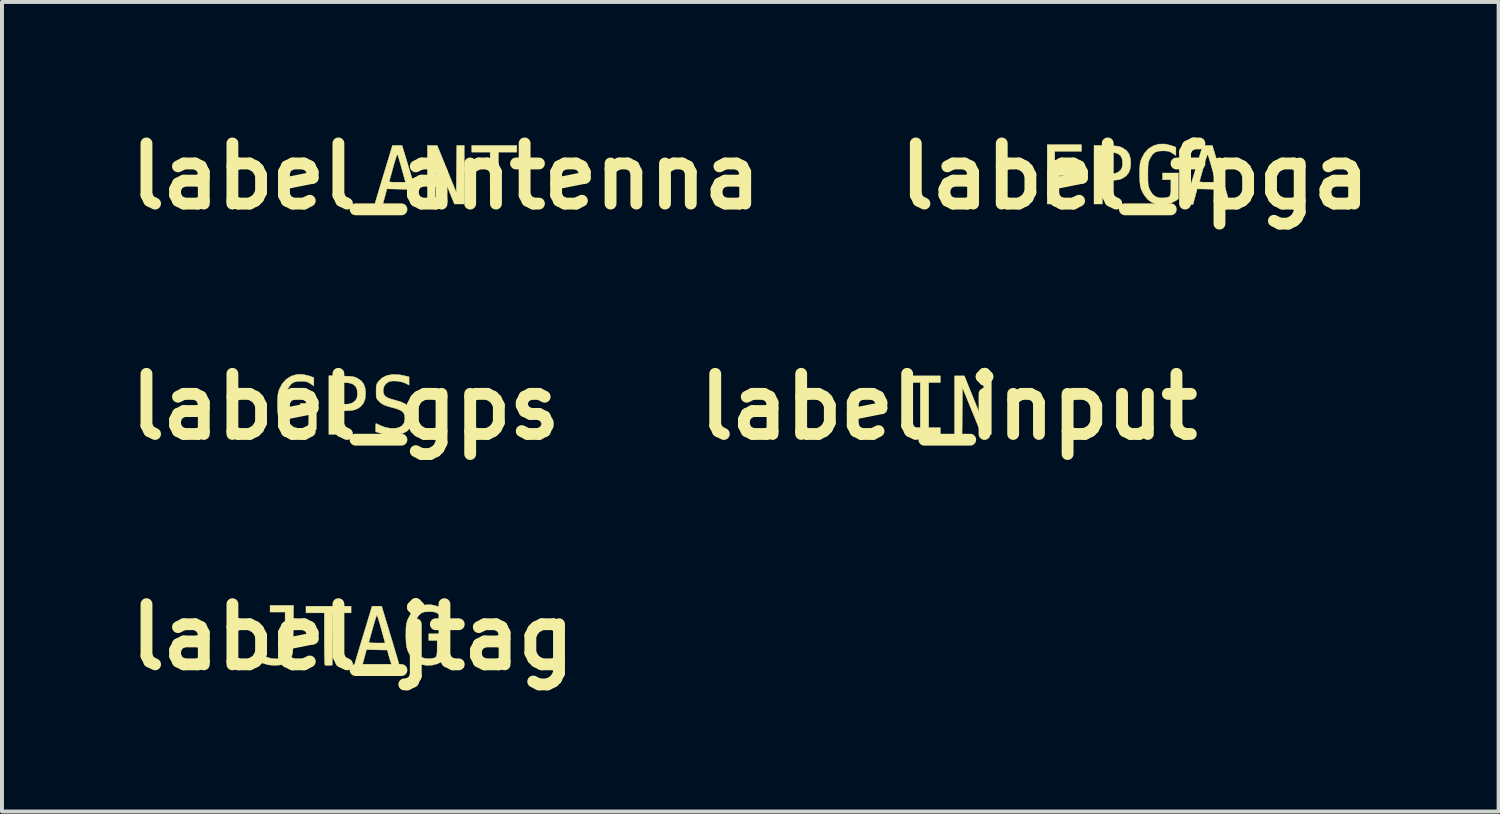
<source format=kicad_pcb>
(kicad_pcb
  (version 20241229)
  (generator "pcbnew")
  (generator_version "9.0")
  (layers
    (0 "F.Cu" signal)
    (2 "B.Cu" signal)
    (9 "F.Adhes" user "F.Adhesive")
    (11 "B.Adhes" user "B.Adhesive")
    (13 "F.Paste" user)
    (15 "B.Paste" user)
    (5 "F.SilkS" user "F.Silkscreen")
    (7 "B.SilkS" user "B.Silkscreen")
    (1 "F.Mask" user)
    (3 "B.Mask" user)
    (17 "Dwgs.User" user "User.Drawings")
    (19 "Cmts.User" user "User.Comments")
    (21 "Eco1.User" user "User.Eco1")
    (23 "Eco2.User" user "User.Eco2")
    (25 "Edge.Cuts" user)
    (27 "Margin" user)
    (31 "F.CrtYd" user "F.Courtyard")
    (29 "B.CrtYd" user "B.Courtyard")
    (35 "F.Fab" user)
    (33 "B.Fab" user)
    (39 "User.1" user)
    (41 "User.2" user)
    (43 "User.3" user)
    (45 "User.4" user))
  (footprint "label_fpga"
    (layer "F.Cu")
    (at 25.701 1.418)
    (property "Reference" "label_fpga" (at 0 0 0) (layer "F.SilkS") (effects (font (size 1.524 1.524) (thickness 0.3))))
    (attr through_hole)
    (fp_poly (pts (xy -1.355 -0.635) (xy -2.032 -0.635) (xy -2.032 -0.191) (xy -1.418 -0.191) (xy -1.418 -0.021) (xy -2.032 -0.021) (xy -2.032 0.699) (xy -2.223 0.699) (xy -2.223 -0.804) (xy -1.355 -0.804) (xy -1.355 -0.635)) (stroke (width 0.01) (type solid)) (fill yes) (layer "F.SilkS"))
    (fp_poly (pts (xy -0.724 -0.78) (xy -0.6 -0.776) (xy -0.509 -0.772) (xy -0.443 -0.765) (xy -0.392 -0.754) (xy -0.349 -0.739) (xy -0.308 -0.719) (xy -0.213 -0.653) (xy -0.15 -0.567) (xy -0.115 -0.455) (xy -0.106 -0.333) (xy -0.118 -0.198) (xy -0.158 -0.092) (xy -0.229 -0.008) (xy -0.294 0.037) (xy -0.344 0.063) (xy -0.396 0.081) (xy -0.461 0.092) (xy -0.552 0.099) (xy -0.606 0.102) (xy -0.826 0.111) (xy -0.826 0.699) (xy -1.037 0.699) (xy -1.037 -0.064) (xy -0.826 -0.064) (xy -0.661 -0.064) (xy -0.562 -0.067) (xy -0.492 -0.078) (xy -0.438 -0.1) (xy -0.43 -0.105) (xy -0.363 -0.159) (xy -0.326 -0.228) (xy -0.313 -0.322) (xy -0.313 -0.339) (xy -0.325 -0.444) (xy -0.364 -0.522) (xy -0.432 -0.575) (xy -0.532 -0.605) (xy -0.661 -0.614) (xy -0.826 -0.614) (xy -0.826 -0.064) (xy -1.037 -0.064) (xy -1.037 -0.787) (xy -0.724 -0.78)) (stroke (width 0.01) (type solid)) (fill yes) (layer "F.SilkS"))
    (fp_poly (pts (xy 0.913 -0.784) (xy 0.92 -0.782) (xy 1.037 -0.738) (xy 1.037 -0.529) (xy 0.949 -0.587) (xy 0.894 -0.619) (xy 0.842 -0.637) (xy 0.775 -0.644) (xy 0.707 -0.646) (xy 0.596 -0.639) (xy 0.514 -0.613) (xy 0.451 -0.563) (xy 0.396 -0.481) (xy 0.381 -0.453) (xy 0.36 -0.409) (xy 0.345 -0.367) (xy 0.336 -0.318) (xy 0.331 -0.254) (xy 0.329 -0.164) (xy 0.328 -0.054) (xy 0.329 0.067) (xy 0.331 0.154) (xy 0.337 0.217) (xy 0.347 0.266) (xy 0.362 0.309) (xy 0.381 0.349) (xy 0.446 0.451) (xy 0.523 0.514) (xy 0.618 0.544) (xy 0.712 0.546) (xy 0.796 0.538) (xy 0.852 0.523) (xy 0.886 0.492) (xy 0.903 0.438) (xy 0.91 0.354) (xy 0.91 0.283) (xy 0.91 0.085) (xy 0.699 0.085) (xy 0.699 -0.085) (xy 1.101 -0.085) (xy 1.101 0.569) (xy 1.036 0.615) (xy 0.918 0.676) (xy 0.78 0.71) (xy 0.638 0.716) (xy 0.506 0.69) (xy 0.499 0.688) (xy 0.399 0.642) (xy 0.319 0.579) (xy 0.244 0.486) (xy 0.238 0.478) (xy 0.19 0.399) (xy 0.156 0.321) (xy 0.134 0.235) (xy 0.122 0.13) (xy 0.118 -0.003) (xy 0.117 -0.064) (xy 0.119 -0.183) (xy 0.124 -0.271) (xy 0.133 -0.339) (xy 0.148 -0.398) (xy 0.168 -0.453) (xy 0.244 -0.593) (xy 0.345 -0.702) (xy 0.468 -0.777) (xy 0.607 -0.818) (xy 0.757 -0.821) (xy 0.913 -0.784)) (stroke (width 0.01) (type solid)) (fill yes) (layer "F.SilkS"))
    (fp_poly (pts (xy 2.18 -0.058) (xy 2.23 0.11) (xy 2.277 0.265) (xy 2.318 0.403) (xy 2.352 0.519) (xy 2.378 0.609) (xy 2.395 0.666) (xy 2.401 0.688) (xy 2.384 0.703) (xy 2.341 0.713) (xy 2.288 0.717) (xy 2.241 0.713) (xy 2.218 0.703) (xy 2.204 0.674) (xy 2.183 0.616) (xy 2.159 0.538) (xy 2.15 0.506) (xy 2.102 0.328) (xy 1.839 0.322) (xy 1.577 0.316) (xy 1.524 0.513) (xy 1.471 0.709) (xy 1.371 0.716) (xy 1.312 0.716) (xy 1.276 0.71) (xy 1.27 0.705) (xy 1.276 0.681) (xy 1.293 0.622) (xy 1.319 0.533) (xy 1.353 0.419) (xy 1.393 0.285) (xy 1.438 0.137) (xy 1.443 0.12) (xy 1.636 0.12) (xy 1.64 0.134) (xy 1.668 0.142) (xy 1.725 0.147) (xy 1.818 0.148) (xy 1.836 0.148) (xy 2.047 0.148) (xy 1.953 -0.196) (xy 1.92 -0.311) (xy 1.891 -0.411) (xy 1.867 -0.49) (xy 1.85 -0.541) (xy 1.843 -0.556) (xy 1.833 -0.542) (xy 1.814 -0.494) (xy 1.789 -0.417) (xy 1.76 -0.319) (xy 1.737 -0.24) (xy 1.706 -0.126) (xy 1.678 -0.025) (xy 1.656 0.055) (xy 1.641 0.106) (xy 1.636 0.12) (xy 1.443 0.12) (xy 1.451 0.095) (xy 1.499 -0.064) (xy 1.546 -0.217) (xy 1.588 -0.358) (xy 1.625 -0.479) (xy 1.654 -0.574) (xy 1.672 -0.636) (xy 1.674 -0.64) (xy 1.716 -0.783) (xy 1.961 -0.783) (xy 2.18 -0.058)) (stroke (width 0.01) (type solid)) (fill yes) (layer "F.SilkS")))
  (footprint "label_input"
    (layer "F.Cu")
    (at 20.983 7.254)
    (property "Reference" "label_input" (at 0 0 0) (layer "F.SilkS") (effects (font (size 1.524 1.524) (thickness 0.3))))
    (attr through_hole)
    (fp_poly (pts (xy -0.212 -0.614) (xy -0.508 -0.614) (xy -0.508 0.529) (xy -0.212 0.529) (xy -0.212 0.699) (xy -1.037 0.699) (xy -1.037 0.529) (xy -0.72 0.529) (xy -0.72 -0.614) (xy -1.037 -0.614) (xy -1.037 -0.783) (xy -0.212 -0.783) (xy -0.212 -0.614)) (stroke (width 0.01) (type solid)) (fill yes) (layer "F.SilkS"))
    (fp_poly (pts (xy 0.637 -0.189) (xy 0.878 0.405) (xy 0.89 -0.783) (xy 1.079 -0.783) (xy 1.079 0.699) (xy 0.831 0.699) (xy 0.59 0.108) (xy 0.349 -0.483) (xy 0.344 0.108) (xy 0.338 0.699) (xy 0.148 0.699) (xy 0.148 -0.783) (xy 0.396 -0.783) (xy 0.637 -0.189)) (stroke (width 0.01) (type solid)) (fill yes) (layer "F.SilkS")))
  (footprint "label_antenna"
    (layer "F.Cu")
    (at 8.244 1.418)
    (property "Reference" "label_antenna" (at 0 0 0) (layer "F.SilkS") (effects (font (size 1.524 1.524) (thickness 0.3))))
    (attr through_hole)
    (fp_poly (pts (xy 0.265 0.405) (xy 0.276 -0.783) (xy 0.466 -0.783) (xy 0.466 0.699) (xy 0.217 0.699) (xy -0.024 0.108) (xy -0.265 -0.483) (xy -0.276 0.699) (xy -0.466 0.699) (xy -0.466 -0.783) (xy -0.218 -0.783) (xy 0.265 0.405)) (stroke (width 0.01) (type solid)) (fill yes) (layer "F.SilkS"))
    (fp_poly (pts (xy 1.799 -0.614) (xy 1.334 -0.614) (xy 1.329 0.048) (xy 1.323 0.709) (xy 1.237 0.715) (xy 1.18 0.716) (xy 1.142 0.71) (xy 1.137 0.707) (xy 1.133 0.682) (xy 1.13 0.621) (xy 1.127 0.528) (xy 1.124 0.409) (xy 1.123 0.268) (xy 1.122 0.111) (xy 1.122 0.039) (xy 1.122 -0.614) (xy 0.656 -0.614) (xy 0.656 -0.783) (xy 1.799 -0.783) (xy 1.799 -0.614)) (stroke (width 0.01) (type solid)) (fill yes) (layer "F.SilkS"))
    (fp_poly (pts (xy -0.889 -0.058) (xy -0.839 0.11) (xy -0.792 0.265) (xy -0.751 0.403) (xy -0.717 0.519) (xy -0.691 0.609) (xy -0.674 0.666) (xy -0.669 0.688) (xy -0.686 0.703) (xy -0.728 0.713) (xy -0.781 0.717) (xy -0.828 0.713) (xy -0.851 0.703) (xy -0.865 0.674) (xy -0.886 0.616) (xy -0.91 0.538) (xy -0.919 0.506) (xy -0.967 0.328) (xy -1.23 0.322) (xy -1.492 0.316) (xy -1.545 0.513) (xy -1.598 0.709) (xy -1.699 0.716) (xy -1.757 0.716) (xy -1.793 0.71) (xy -1.799 0.705) (xy -1.793 0.681) (xy -1.776 0.622) (xy -1.75 0.533) (xy -1.716 0.419) (xy -1.676 0.285) (xy -1.631 0.137) (xy -1.626 0.12) (xy -1.433 0.12) (xy -1.429 0.134) (xy -1.401 0.142) (xy -1.344 0.147) (xy -1.251 0.148) (xy -1.233 0.148) (xy -1.022 0.148) (xy -1.117 -0.196) (xy -1.149 -0.311) (xy -1.178 -0.411) (xy -1.202 -0.49) (xy -1.219 -0.541) (xy -1.226 -0.556) (xy -1.236 -0.542) (xy -1.255 -0.494) (xy -1.28 -0.417) (xy -1.31 -0.319) (xy -1.332 -0.24) (xy -1.363 -0.126) (xy -1.391 -0.025) (xy -1.414 0.055) (xy -1.429 0.106) (xy -1.433 0.12) (xy -1.626 0.12) (xy -1.619 0.095) (xy -1.57 -0.064) (xy -1.524 -0.217) (xy -1.481 -0.358) (xy -1.444 -0.479) (xy -1.416 -0.574) (xy -1.397 -0.636) (xy -1.396 -0.64) (xy -1.353 -0.783) (xy -1.108 -0.783) (xy -0.889 -0.058)) (stroke (width 0.01) (type solid)) (fill yes) (layer "F.SilkS")))
  (footprint "label_jtag"
    (layer "F.Cu")
    (at 5.886 13.09)
    (property "Reference" "label_jtag" (at 0 0 0) (layer "F.SilkS") (effects (font (size 1.524 1.524) (thickness 0.3))))
    (attr through_hole)
    (fp_poly (pts (xy -0.042 -0.614) (xy -0.507 -0.614) (xy -0.513 0.048) (xy -0.519 0.709) (xy -0.604 0.715) (xy -0.662 0.716) (xy -0.7 0.71) (xy -0.705 0.707) (xy -0.708 0.682) (xy -0.712 0.621) (xy -0.715 0.528) (xy -0.717 0.409) (xy -0.719 0.268) (xy -0.72 0.111) (xy -0.72 0.039) (xy -0.72 -0.614) (xy -1.185 -0.614) (xy -1.185 -0.783) (xy -0.042 -0.783) (xy -0.042 -0.614)) (stroke (width 0.01) (type solid)) (fill yes) (layer "F.SilkS"))
    (fp_poly (pts (xy -1.507 -0.196) (xy -1.509 -0.019) (xy -1.511 0.12) (xy -1.513 0.228) (xy -1.517 0.31) (xy -1.522 0.371) (xy -1.528 0.416) (xy -1.537 0.452) (xy -1.549 0.482) (xy -1.564 0.513) (xy -1.566 0.518) (xy -1.619 0.602) (xy -1.683 0.659) (xy -1.768 0.693) (xy -1.881 0.71) (xy -1.924 0.712) (xy -2.014 0.712) (xy -2.098 0.707) (xy -2.157 0.697) (xy -2.159 0.697) (xy -2.248 0.67) (xy -2.304 0.648) (xy -2.334 0.622) (xy -2.347 0.585) (xy -2.349 0.531) (xy -2.349 0.517) (xy -2.349 0.404) (xy -2.242 0.471) (xy -2.156 0.516) (xy -2.07 0.539) (xy -2.001 0.546) (xy -1.923 0.549) (xy -1.861 0.544) (xy -1.812 0.527) (xy -1.776 0.494) (xy -1.75 0.44) (xy -1.732 0.362) (xy -1.722 0.256) (xy -1.716 0.117) (xy -1.715 -0.058) (xy -1.714 -0.137) (xy -1.714 -0.635) (xy -2.095 -0.635) (xy -2.095 -0.804) (xy -1.5 -0.804) (xy -1.507 -0.196)) (stroke (width 0.01) (type solid)) (fill yes) (layer "F.SilkS"))
    (fp_poly (pts (xy 0.952 -0.058) (xy 1.003 0.11) (xy 1.049 0.265) (xy 1.09 0.403) (xy 1.125 0.519) (xy 1.151 0.609) (xy 1.167 0.666) (xy 1.173 0.688) (xy 1.156 0.703) (xy 1.113 0.713) (xy 1.06 0.717) (xy 1.013 0.713) (xy 0.991 0.703) (xy 0.976 0.674) (xy 0.956 0.616) (xy 0.932 0.538) (xy 0.923 0.506) (xy 0.874 0.328) (xy 0.612 0.322) (xy 0.349 0.316) (xy 0.296 0.513) (xy 0.243 0.709) (xy 0.143 0.716) (xy 0.084 0.716) (xy 0.048 0.71) (xy 0.042 0.705) (xy 0.048 0.681) (xy 0.065 0.622) (xy 0.091 0.533) (xy 0.125 0.419) (xy 0.165 0.285) (xy 0.21 0.137) (xy 0.215 0.12) (xy 0.408 0.12) (xy 0.412 0.134) (xy 0.44 0.142) (xy 0.498 0.147) (xy 0.591 0.148) (xy 0.609 0.148) (xy 0.82 0.148) (xy 0.725 -0.196) (xy 0.693 -0.311) (xy 0.663 -0.411) (xy 0.639 -0.49) (xy 0.622 -0.541) (xy 0.615 -0.556) (xy 0.605 -0.542) (xy 0.586 -0.494) (xy 0.561 -0.417) (xy 0.532 -0.319) (xy 0.51 -0.24) (xy 0.478 -0.126) (xy 0.45 -0.025) (xy 0.428 0.055) (xy 0.413 0.106) (xy 0.408 0.12) (xy 0.215 0.12) (xy 0.223 0.095) (xy 0.271 -0.064) (xy 0.318 -0.217) (xy 0.361 -0.358) (xy 0.397 -0.479) (xy 0.426 -0.574) (xy 0.445 -0.636) (xy 0.446 -0.64) (xy 0.489 -0.783) (xy 0.733 -0.783) (xy 0.952 -0.058)) (stroke (width 0.01) (type solid)) (fill yes) (layer "F.SilkS"))
    (fp_poly (pts (xy 2.141 -0.784) (xy 2.148 -0.782) (xy 2.265 -0.738) (xy 2.265 -0.529) (xy 2.176 -0.587) (xy 2.122 -0.619) (xy 2.069 -0.637) (xy 2.003 -0.644) (xy 1.935 -0.646) (xy 1.823 -0.639) (xy 1.742 -0.613) (xy 1.679 -0.563) (xy 1.623 -0.481) (xy 1.609 -0.453) (xy 1.588 -0.409) (xy 1.573 -0.367) (xy 1.564 -0.318) (xy 1.558 -0.254) (xy 1.556 -0.164) (xy 1.556 -0.054) (xy 1.556 0.067) (xy 1.559 0.154) (xy 1.564 0.217) (xy 1.574 0.266) (xy 1.59 0.309) (xy 1.609 0.349) (xy 1.673 0.451) (xy 1.75 0.514) (xy 1.846 0.544) (xy 1.94 0.546) (xy 2.024 0.538) (xy 2.08 0.523) (xy 2.114 0.492) (xy 2.131 0.438) (xy 2.137 0.354) (xy 2.138 0.283) (xy 2.138 0.085) (xy 1.926 0.085) (xy 1.926 -0.085) (xy 2.328 -0.085) (xy 2.328 0.569) (xy 2.263 0.615) (xy 2.145 0.676) (xy 2.008 0.71) (xy 1.865 0.716) (xy 1.733 0.69) (xy 1.726 0.688) (xy 1.627 0.642) (xy 1.546 0.579) (xy 1.472 0.486) (xy 1.466 0.478) (xy 1.418 0.399) (xy 1.384 0.321) (xy 1.362 0.235) (xy 1.35 0.13) (xy 1.345 -0.003) (xy 1.345 -0.064) (xy 1.347 -0.183) (xy 1.351 -0.271) (xy 1.36 -0.339) (xy 1.376 -0.398) (xy 1.395 -0.453) (xy 1.471 -0.593) (xy 1.573 -0.702) (xy 1.696 -0.777) (xy 1.835 -0.818) (xy 1.985 -0.821) (xy 2.141 -0.784)) (stroke (width 0.01) (type solid)) (fill yes) (layer "F.SilkS")))
  (footprint "label_gps"
    (layer "F.Cu")
    (at 5.704 7.254)
    (property "Reference" "label_gps" (at 0 0 0) (layer "F.SilkS") (effects (font (size 1.524 1.524) (thickness 0.3))))
    (attr through_hole)
    (fp_poly (pts (xy -0.11 -0.78) (xy 0.014 -0.776) (xy 0.105 -0.772) (xy 0.171 -0.765) (xy 0.222 -0.754) (xy 0.265 -0.739) (xy 0.306 -0.719) (xy 0.401 -0.653) (xy 0.464 -0.567) (xy 0.499 -0.455) (xy 0.508 -0.333) (xy 0.495 -0.198) (xy 0.455 -0.092) (xy 0.385 -0.008) (xy 0.32 0.037) (xy 0.27 0.063) (xy 0.218 0.081) (xy 0.153 0.092) (xy 0.062 0.099) (xy 0.008 0.102) (xy -0.212 0.111) (xy -0.212 0.699) (xy -0.423 0.699) (xy -0.423 -0.064) (xy -0.212 -0.064) (xy -0.048 -0.064) (xy 0.052 -0.067) (xy 0.122 -0.078) (xy 0.176 -0.1) (xy 0.184 -0.105) (xy 0.251 -0.159) (xy 0.288 -0.228) (xy 0.301 -0.322) (xy 0.301 -0.339) (xy 0.289 -0.444) (xy 0.25 -0.522) (xy 0.182 -0.575) (xy 0.082 -0.605) (xy -0.048 -0.614) (xy -0.212 -0.614) (xy -0.212 -0.064) (xy -0.423 -0.064) (xy -0.423 -0.787) (xy -0.11 -0.78)) (stroke (width 0.01) (type solid)) (fill yes) (layer "F.SilkS"))
    (fp_poly (pts (xy -0.928 -0.784) (xy -0.922 -0.782) (xy -0.804 -0.738) (xy -0.804 -0.529) (xy -0.893 -0.587) (xy -0.947 -0.619) (xy -1 -0.637) (xy -1.066 -0.644) (xy -1.135 -0.646) (xy -1.246 -0.639) (xy -1.327 -0.613) (xy -1.39 -0.563) (xy -1.446 -0.481) (xy -1.46 -0.453) (xy -1.482 -0.409) (xy -1.496 -0.367) (xy -1.506 -0.318) (xy -1.511 -0.254) (xy -1.513 -0.164) (xy -1.513 -0.054) (xy -1.513 0.067) (xy -1.51 0.154) (xy -1.505 0.217) (xy -1.495 0.266) (xy -1.48 0.309) (xy -1.46 0.349) (xy -1.396 0.451) (xy -1.319 0.514) (xy -1.223 0.544) (xy -1.129 0.546) (xy -1.045 0.538) (xy -0.989 0.523) (xy -0.955 0.492) (xy -0.938 0.438) (xy -0.932 0.354) (xy -0.931 0.283) (xy -0.931 0.085) (xy -1.143 0.085) (xy -1.143 -0.085) (xy -0.741 -0.085) (xy -0.741 0.569) (xy -0.806 0.615) (xy -0.924 0.676) (xy -1.061 0.71) (xy -1.204 0.716) (xy -1.336 0.69) (xy -1.343 0.688) (xy -1.443 0.642) (xy -1.523 0.579) (xy -1.597 0.486) (xy -1.603 0.478) (xy -1.651 0.399) (xy -1.685 0.321) (xy -1.707 0.235) (xy -1.719 0.13) (xy -1.724 -0.003) (xy -1.724 -0.064) (xy -1.722 -0.183) (xy -1.718 -0.271) (xy -1.709 -0.339) (xy -1.694 -0.398) (xy -1.674 -0.453) (xy -1.598 -0.593) (xy -1.496 -0.702) (xy -1.373 -0.777) (xy -1.234 -0.818) (xy -1.084 -0.821) (xy -0.928 -0.784)) (stroke (width 0.01) (type solid)) (fill yes) (layer "F.SilkS"))
    (fp_poly (pts (xy 1.36 -0.811) (xy 1.447 -0.795) (xy 1.609 -0.759) (xy 1.609 -0.549) (xy 1.519 -0.595) (xy 1.431 -0.627) (xy 1.327 -0.647) (xy 1.222 -0.654) (xy 1.132 -0.645) (xy 1.101 -0.635) (xy 1.017 -0.58) (xy 0.967 -0.501) (xy 0.953 -0.409) (xy 0.961 -0.339) (xy 0.989 -0.284) (xy 1.042 -0.241) (xy 1.127 -0.204) (xy 1.248 -0.169) (xy 1.249 -0.169) (xy 1.406 -0.122) (xy 1.525 -0.065) (xy 1.609 0.006) (xy 1.662 0.095) (xy 1.689 0.204) (xy 1.693 0.287) (xy 1.679 0.425) (xy 1.634 0.535) (xy 1.558 0.618) (xy 1.451 0.674) (xy 1.31 0.705) (xy 1.218 0.712) (xy 1.132 0.713) (xy 1.058 0.712) (xy 1.011 0.708) (xy 1.005 0.706) (xy 0.96 0.694) (xy 0.895 0.674) (xy 0.863 0.664) (xy 0.762 0.632) (xy 0.762 0.527) (xy 0.764 0.468) (xy 0.768 0.43) (xy 0.771 0.423) (xy 0.793 0.432) (xy 0.841 0.455) (xy 0.89 0.479) (xy 1.001 0.52) (xy 1.125 0.544) (xy 1.245 0.547) (xy 1.341 0.53) (xy 1.427 0.484) (xy 1.481 0.414) (xy 1.502 0.316) (xy 1.503 0.292) (xy 1.495 0.212) (xy 1.466 0.15) (xy 1.412 0.102) (xy 1.326 0.062) (xy 1.204 0.025) (xy 1.198 0.024) (xy 1.082 -0.007) (xy 0.996 -0.036) (xy 0.932 -0.067) (xy 0.88 -0.105) (xy 0.836 -0.148) (xy 0.805 -0.184) (xy 0.786 -0.218) (xy 0.776 -0.262) (xy 0.773 -0.329) (xy 0.773 -0.389) (xy 0.774 -0.479) (xy 0.78 -0.539) (xy 0.794 -0.583) (xy 0.819 -0.624) (xy 0.832 -0.642) (xy 0.928 -0.734) (xy 1.049 -0.793) (xy 1.194 -0.819) (xy 1.36 -0.811)) (stroke (width 0.01) (type solid)) (fill yes) (layer "F.SilkS")))
  (gr_rect
    (start -3 -3)
    (end 34.913 17.508)
    (stroke (width 0.1) (type default))
    (fill no)
    (layer "Edge.Cuts")))
</source>
